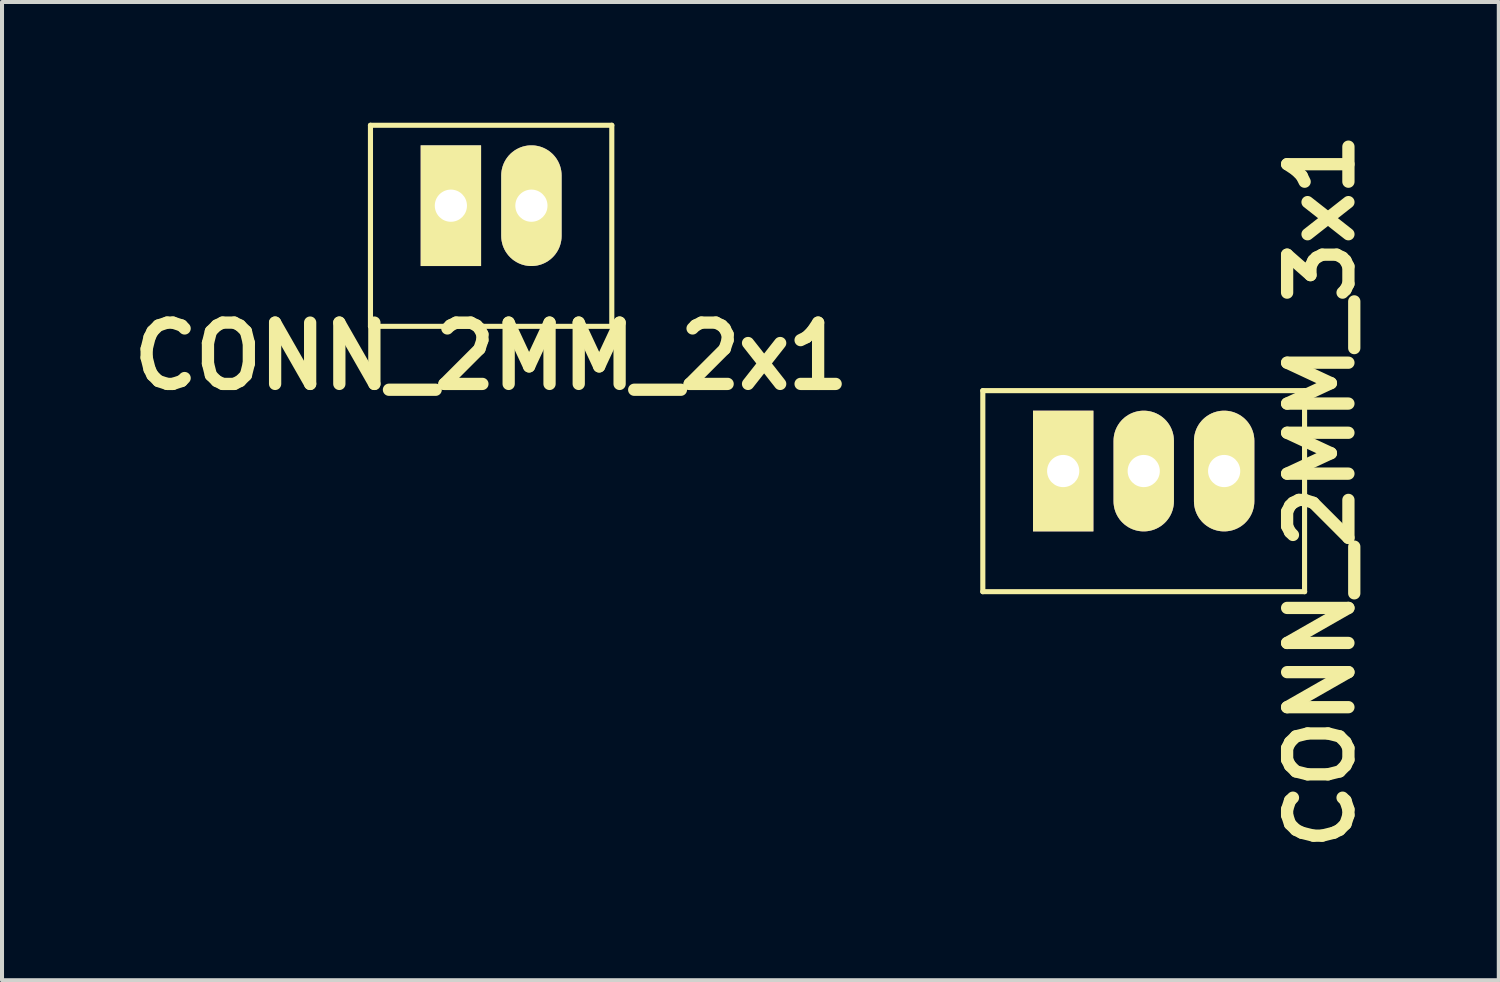
<source format=kicad_pcb>
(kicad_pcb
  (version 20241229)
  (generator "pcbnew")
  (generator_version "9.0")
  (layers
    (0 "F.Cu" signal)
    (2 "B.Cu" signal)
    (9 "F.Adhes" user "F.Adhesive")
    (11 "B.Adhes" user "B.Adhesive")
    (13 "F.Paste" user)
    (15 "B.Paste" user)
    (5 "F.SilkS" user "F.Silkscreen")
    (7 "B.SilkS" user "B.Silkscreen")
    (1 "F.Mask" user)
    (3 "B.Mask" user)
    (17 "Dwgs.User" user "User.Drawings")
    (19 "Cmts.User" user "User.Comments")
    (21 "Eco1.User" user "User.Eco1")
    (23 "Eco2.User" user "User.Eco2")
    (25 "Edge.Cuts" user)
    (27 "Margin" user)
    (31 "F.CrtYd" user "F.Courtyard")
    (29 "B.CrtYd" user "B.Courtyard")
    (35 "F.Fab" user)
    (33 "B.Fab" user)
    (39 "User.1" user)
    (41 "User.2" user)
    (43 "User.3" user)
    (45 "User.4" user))
  (footprint "CONN_2MM_2x1"
    (layer "F.Cu")
    (at 8.158 2.055)
    (property "Reference" "CONN_2MM_2x1" (at 1.001 3.749 0) (layer "F.SilkS") (effects (font (size 1.524 1.524) (thickness 0.305))))
    (attr through_hole)
    (fp_line (start -1.999 3.007) (end -1.999 -1.991) (stroke (width 0.127) (type solid)) (layer "F.SilkS"))
    (fp_line (start 4 -1.991) (end -1.999 -1.991) (stroke (width 0.127) (type solid)) (layer "F.SilkS"))
    (fp_line (start 4 -1.991) (end 4 3.007) (stroke (width 0.127) (type solid)) (layer "F.SilkS"))
    (fp_line (start 4 3.007) (end -1.999 3.007) (stroke (width 0.127) (type solid)) (layer "F.SilkS"))
    (pad "1" thru_hole rect (at 0 0.008) (size 1.501 3) (drill 0.8) (layers "*.Cu" "*.Mask" "F.SilkS"))
    (pad "2" thru_hole oval (at 2.002 0.008) (size 1.501 3) (drill 0.8) (layers "*.Cu" "*.Mask" "F.SilkS")))
  (footprint "CONN_2MM_3x1"
    (layer "F.Cu")
    (at 25.381 9.159)
    (property "Reference" "CONN_2MM_3x1" (at 4.399 0 90) (layer "F.SilkS") (effects (font (size 1.524 1.524) (thickness 0.305))))
    (attr through_hole)
    (fp_line (start -4 2.499) (end -4 -2.499) (stroke (width 0.127) (type solid)) (layer "F.SilkS"))
    (fp_line (start -4 2.499) (end 4 2.499) (stroke (width 0.127) (type solid)) (layer "F.SilkS"))
    (fp_line (start 3.998 -2.499) (end 3.998 2.499) (stroke (width 0.127) (type solid)) (layer "F.SilkS"))
    (fp_line (start 4 -2.499) (end -4 -2.499) (stroke (width 0.127) (type solid)) (layer "F.SilkS"))
    (pad "1" thru_hole rect (at -2.002 -0.5) (size 1.501 3) (drill 0.8) (layers "*.Cu" "*.Mask" "F.SilkS"))
    (pad "2" thru_hole oval (at 0 -0.5) (size 1.501 3) (drill 0.8) (layers "*.Cu" "*.Mask" "F.SilkS"))
    (pad "3" thru_hole oval (at 1.999 -0.5) (size 1.501 3) (drill 0.8) (layers "*.Cu" "*.Mask" "F.SilkS")))
  (gr_rect
    (start -3 -3)
    (end 34.207 21.317)
    (stroke (width 0.1) (type default))
    (fill no)
    (layer "Edge.Cuts")))
</source>
